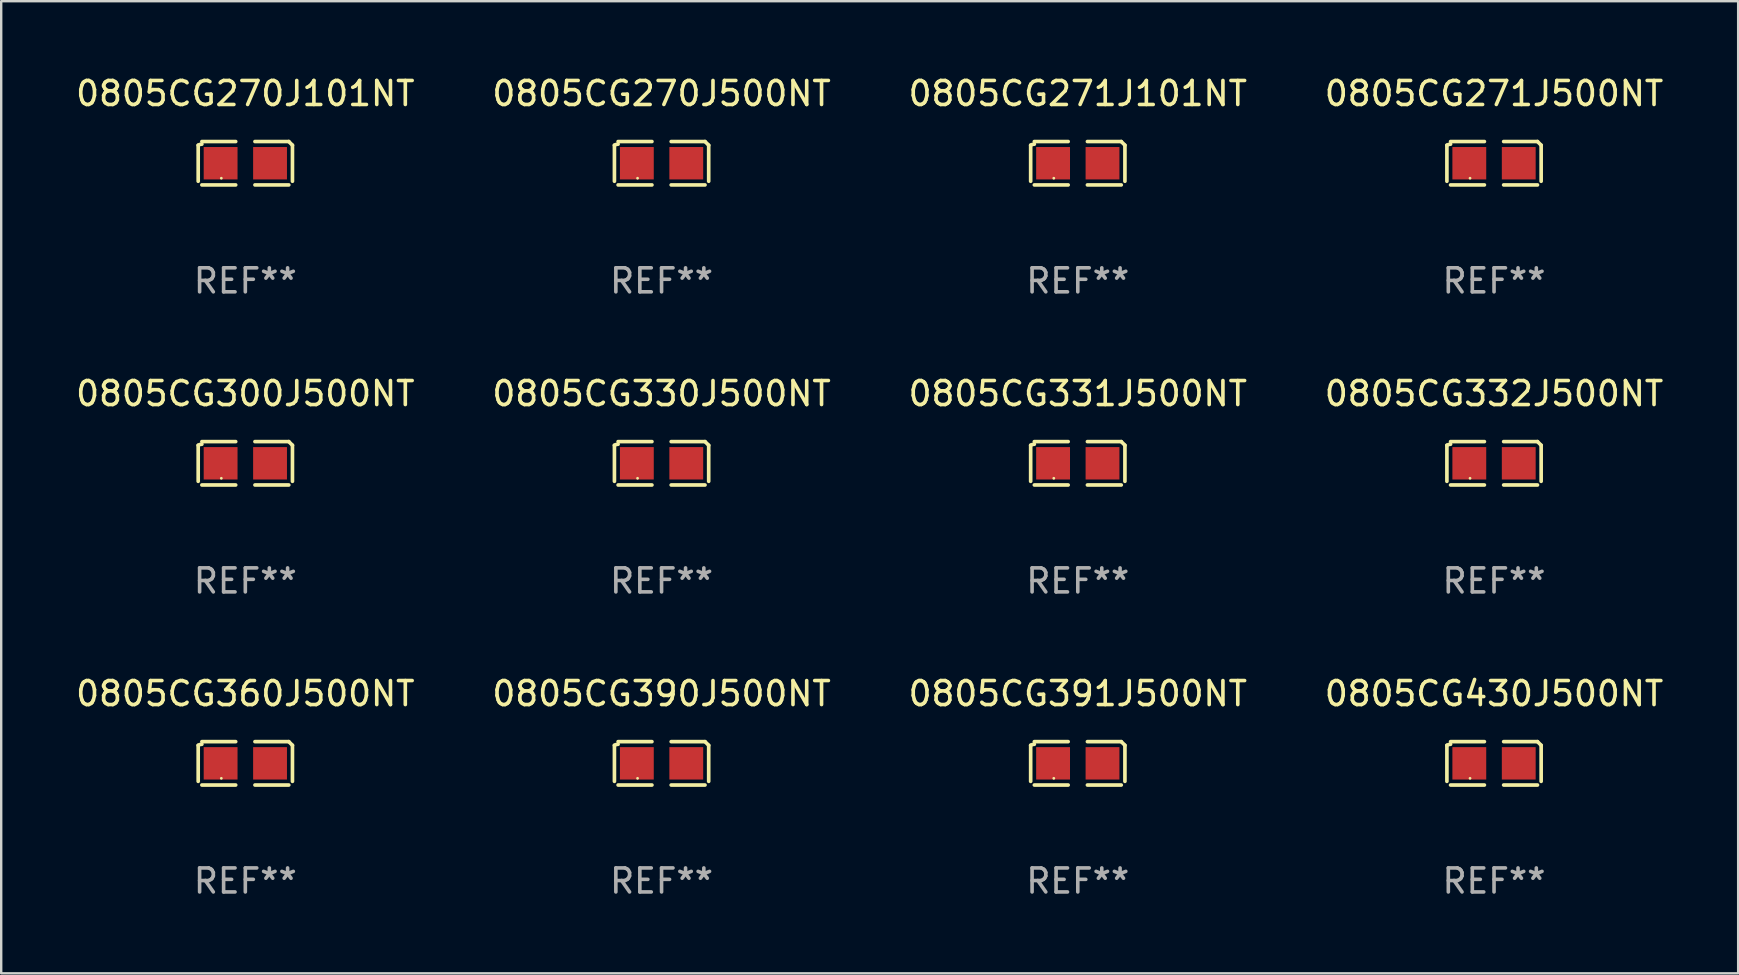
<source format=kicad_pcb>
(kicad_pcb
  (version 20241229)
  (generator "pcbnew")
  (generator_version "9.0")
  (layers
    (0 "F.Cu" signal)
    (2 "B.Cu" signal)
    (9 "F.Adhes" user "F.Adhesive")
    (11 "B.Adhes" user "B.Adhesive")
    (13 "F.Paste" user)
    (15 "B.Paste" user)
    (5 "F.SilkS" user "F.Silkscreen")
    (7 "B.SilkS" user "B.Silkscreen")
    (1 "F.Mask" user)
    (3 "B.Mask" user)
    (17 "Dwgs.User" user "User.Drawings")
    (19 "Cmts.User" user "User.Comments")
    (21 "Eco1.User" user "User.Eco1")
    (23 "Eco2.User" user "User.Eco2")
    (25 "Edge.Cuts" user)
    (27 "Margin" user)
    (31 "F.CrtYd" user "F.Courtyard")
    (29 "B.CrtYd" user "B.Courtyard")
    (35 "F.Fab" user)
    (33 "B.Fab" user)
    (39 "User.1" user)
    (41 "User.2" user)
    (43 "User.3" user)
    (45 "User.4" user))
  (footprint "0805CG271J101NT"
    (layer "F.Cu")
    (at 41.863 3.752)
    (property "Reference" "0805CG271J101NT" (at 0 -2.904 0) (layer "F.SilkS") (effects (font (size 1 1) (thickness 0.15))))
    (attr through_hole)
    (fp_line (start -1.964 0.751) (end -1.964 -0.751) (stroke (width 0.152) (type solid)) (layer "F.SilkS"))
    (fp_line (start -1.811 -0.904) (end -0.401 -0.904) (stroke (width 0.152) (type solid)) (layer "F.SilkS"))
    (fp_line (start -0.401 0.904) (end -1.811 0.904) (stroke (width 0.152) (type solid)) (layer "F.SilkS"))
    (fp_line (start 0.401 0.904) (end 1.811 0.904) (stroke (width 0.152) (type solid)) (layer "F.SilkS"))
    (fp_line (start 1.811 -0.904) (end 0.401 -0.904) (stroke (width 0.152) (type solid)) (layer "F.SilkS"))
    (fp_line (start 1.964 0.751) (end 1.964 -0.751) (stroke (width 0.152) (type solid)) (layer "F.SilkS"))
    (fp_arc (start -1.963602 -0.751207) (mid -1.890354 -0.783131) (end -1.811201 -0.794044) (stroke (width 0.1524) (type solid)) (layer "F.SilkS"))
    (fp_arc (start 1.811202 -0.903607) (mid 1.887413 -0.827418) (end 1.963602 -0.751207) (stroke (width 0.1524) (type solid)) (layer "F.SilkS"))
    (fp_circle (center -1 0.625) (end -0.97 0.625) (stroke (width 0.06) (type solid)) (fill no) (layer "F.SilkS"))
    (fp_text user "REF**" (at 0 4.904 0) (layer "F.Fab") (effects (font (size 1 1) (thickness 0.15))))
    (pad "1" smd rect (at -1.03 0) (size 1.41 1.35) (layers "F.Cu" "F.Mask" "F.Paste"))
    (pad "2" smd rect (at 1.03 0) (size 1.41 1.35) (layers "F.Cu" "F.Mask" "F.Paste")))
  (footprint "0805CG300J500NT"
    (layer "F.Cu")
    (at 7.173 16.256)
    (property "Reference" "0805CG300J500NT" (at 0 -2.904 0) (layer "F.SilkS") (effects (font (size 1 1) (thickness 0.15))))
    (attr through_hole)
    (fp_line (start -1.964 0.751) (end -1.964 -0.751) (stroke (width 0.152) (type solid)) (layer "F.SilkS"))
    (fp_line (start -1.811 -0.904) (end -0.401 -0.904) (stroke (width 0.152) (type solid)) (layer "F.SilkS"))
    (fp_line (start -0.401 0.904) (end -1.811 0.904) (stroke (width 0.152) (type solid)) (layer "F.SilkS"))
    (fp_line (start 0.401 0.904) (end 1.811 0.904) (stroke (width 0.152) (type solid)) (layer "F.SilkS"))
    (fp_line (start 1.811 -0.904) (end 0.401 -0.904) (stroke (width 0.152) (type solid)) (layer "F.SilkS"))
    (fp_line (start 1.964 0.751) (end 1.964 -0.751) (stroke (width 0.152) (type solid)) (layer "F.SilkS"))
    (fp_arc (start -1.963602 -0.751207) (mid -1.890354 -0.783131) (end -1.811201 -0.794044) (stroke (width 0.1524) (type solid)) (layer "F.SilkS"))
    (fp_arc (start 1.811202 -0.903607) (mid 1.887413 -0.827418) (end 1.963602 -0.751207) (stroke (width 0.1524) (type solid)) (layer "F.SilkS"))
    (fp_circle (center -1 0.625) (end -0.97 0.625) (stroke (width 0.06) (type solid)) (fill no) (layer "F.SilkS"))
    (fp_text user "REF**" (at 0 4.904 0) (layer "F.Fab") (effects (font (size 1 1) (thickness 0.15))))
    (pad "1" smd rect (at -1.03 0) (size 1.41 1.35) (layers "F.Cu" "F.Mask" "F.Paste"))
    (pad "2" smd rect (at 1.03 0) (size 1.41 1.35) (layers "F.Cu" "F.Mask" "F.Paste")))
  (footprint "0805CG270J101NT"
    (layer "F.Cu")
    (at 7.173 3.752)
    (property "Reference" "0805CG270J101NT" (at 0 -2.904 0) (layer "F.SilkS") (effects (font (size 1 1) (thickness 0.15))))
    (attr through_hole)
    (fp_line (start -1.964 0.751) (end -1.964 -0.751) (stroke (width 0.152) (type solid)) (layer "F.SilkS"))
    (fp_line (start -1.811 -0.904) (end -0.401 -0.904) (stroke (width 0.152) (type solid)) (layer "F.SilkS"))
    (fp_line (start -0.401 0.904) (end -1.811 0.904) (stroke (width 0.152) (type solid)) (layer "F.SilkS"))
    (fp_line (start 0.401 0.904) (end 1.811 0.904) (stroke (width 0.152) (type solid)) (layer "F.SilkS"))
    (fp_line (start 1.811 -0.904) (end 0.401 -0.904) (stroke (width 0.152) (type solid)) (layer "F.SilkS"))
    (fp_line (start 1.964 0.751) (end 1.964 -0.751) (stroke (width 0.152) (type solid)) (layer "F.SilkS"))
    (fp_arc (start -1.963602 -0.751207) (mid -1.890354 -0.783131) (end -1.811201 -0.794044) (stroke (width 0.1524) (type solid)) (layer "F.SilkS"))
    (fp_arc (start 1.811202 -0.903607) (mid 1.887413 -0.827418) (end 1.963602 -0.751207) (stroke (width 0.1524) (type solid)) (layer "F.SilkS"))
    (fp_circle (center -1 0.625) (end -0.97 0.625) (stroke (width 0.06) (type solid)) (fill no) (layer "F.SilkS"))
    (fp_text user "REF**" (at 0 4.904 0) (layer "F.Fab") (effects (font (size 1 1) (thickness 0.15))))
    (pad "1" smd rect (at -1.03 0) (size 1.41 1.35) (layers "F.Cu" "F.Mask" "F.Paste"))
    (pad "2" smd rect (at 1.03 0) (size 1.41 1.35) (layers "F.Cu" "F.Mask" "F.Paste")))
  (footprint "0805CG430J500NT"
    (layer "F.Cu")
    (at 59.208 28.759)
    (property "Reference" "0805CG430J500NT" (at 0 -2.904 0) (layer "F.SilkS") (effects (font (size 1 1) (thickness 0.15))))
    (attr through_hole)
    (fp_line (start -1.964 0.751) (end -1.964 -0.751) (stroke (width 0.152) (type solid)) (layer "F.SilkS"))
    (fp_line (start -1.811 -0.904) (end -0.401 -0.904) (stroke (width 0.152) (type solid)) (layer "F.SilkS"))
    (fp_line (start -0.401 0.904) (end -1.811 0.904) (stroke (width 0.152) (type solid)) (layer "F.SilkS"))
    (fp_line (start 0.401 0.904) (end 1.811 0.904) (stroke (width 0.152) (type solid)) (layer "F.SilkS"))
    (fp_line (start 1.811 -0.904) (end 0.401 -0.904) (stroke (width 0.152) (type solid)) (layer "F.SilkS"))
    (fp_line (start 1.964 0.751) (end 1.964 -0.751) (stroke (width 0.152) (type solid)) (layer "F.SilkS"))
    (fp_arc (start -1.963602 -0.751207) (mid -1.890354 -0.783131) (end -1.811201 -0.794044) (stroke (width 0.1524) (type solid)) (layer "F.SilkS"))
    (fp_arc (start 1.811202 -0.903607) (mid 1.887413 -0.827418) (end 1.963602 -0.751207) (stroke (width 0.1524) (type solid)) (layer "F.SilkS"))
    (fp_circle (center -1 0.625) (end -0.97 0.625) (stroke (width 0.06) (type solid)) (fill no) (layer "F.SilkS"))
    (fp_text user "REF**" (at 0 4.904 0) (layer "F.Fab") (effects (font (size 1 1) (thickness 0.15))))
    (pad "1" smd rect (at -1.03 0) (size 1.41 1.35) (layers "F.Cu" "F.Mask" "F.Paste"))
    (pad "2" smd rect (at 1.03 0) (size 1.41 1.35) (layers "F.Cu" "F.Mask" "F.Paste")))
  (footprint "0805CG360J500NT"
    (layer "F.Cu")
    (at 7.173 28.759)
    (property "Reference" "0805CG360J500NT" (at 0 -2.904 0) (layer "F.SilkS") (effects (font (size 1 1) (thickness 0.15))))
    (attr through_hole)
    (fp_line (start -1.964 0.751) (end -1.964 -0.751) (stroke (width 0.152) (type solid)) (layer "F.SilkS"))
    (fp_line (start -1.811 -0.904) (end -0.401 -0.904) (stroke (width 0.152) (type solid)) (layer "F.SilkS"))
    (fp_line (start -0.401 0.904) (end -1.811 0.904) (stroke (width 0.152) (type solid)) (layer "F.SilkS"))
    (fp_line (start 0.401 0.904) (end 1.811 0.904) (stroke (width 0.152) (type solid)) (layer "F.SilkS"))
    (fp_line (start 1.811 -0.904) (end 0.401 -0.904) (stroke (width 0.152) (type solid)) (layer "F.SilkS"))
    (fp_line (start 1.964 0.751) (end 1.964 -0.751) (stroke (width 0.152) (type solid)) (layer "F.SilkS"))
    (fp_arc (start -1.963602 -0.751207) (mid -1.890354 -0.783131) (end -1.811201 -0.794044) (stroke (width 0.1524) (type solid)) (layer "F.SilkS"))
    (fp_arc (start 1.811202 -0.903607) (mid 1.887413 -0.827418) (end 1.963602 -0.751207) (stroke (width 0.1524) (type solid)) (layer "F.SilkS"))
    (fp_circle (center -1 0.625) (end -0.97 0.625) (stroke (width 0.06) (type solid)) (fill no) (layer "F.SilkS"))
    (fp_text user "REF**" (at 0 4.904 0) (layer "F.Fab") (effects (font (size 1 1) (thickness 0.15))))
    (pad "1" smd rect (at -1.03 0) (size 1.41 1.35) (layers "F.Cu" "F.Mask" "F.Paste"))
    (pad "2" smd rect (at 1.03 0) (size 1.41 1.35) (layers "F.Cu" "F.Mask" "F.Paste")))
  (footprint "0805CG271J500NT"
    (layer "F.Cu")
    (at 59.208 3.752)
    (property "Reference" "0805CG271J500NT" (at 0 -2.904 0) (layer "F.SilkS") (effects (font (size 1 1) (thickness 0.15))))
    (attr through_hole)
    (fp_line (start -1.964 0.751) (end -1.964 -0.751) (stroke (width 0.152) (type solid)) (layer "F.SilkS"))
    (fp_line (start -1.811 -0.904) (end -0.401 -0.904) (stroke (width 0.152) (type solid)) (layer "F.SilkS"))
    (fp_line (start -0.401 0.904) (end -1.811 0.904) (stroke (width 0.152) (type solid)) (layer "F.SilkS"))
    (fp_line (start 0.401 0.904) (end 1.811 0.904) (stroke (width 0.152) (type solid)) (layer "F.SilkS"))
    (fp_line (start 1.811 -0.904) (end 0.401 -0.904) (stroke (width 0.152) (type solid)) (layer "F.SilkS"))
    (fp_line (start 1.964 0.751) (end 1.964 -0.751) (stroke (width 0.152) (type solid)) (layer "F.SilkS"))
    (fp_arc (start -1.963602 -0.751207) (mid -1.890354 -0.783131) (end -1.811201 -0.794044) (stroke (width 0.1524) (type solid)) (layer "F.SilkS"))
    (fp_arc (start 1.811202 -0.903607) (mid 1.887413 -0.827418) (end 1.963602 -0.751207) (stroke (width 0.1524) (type solid)) (layer "F.SilkS"))
    (fp_circle (center -1 0.625) (end -0.97 0.625) (stroke (width 0.06) (type solid)) (fill no) (layer "F.SilkS"))
    (fp_text user "REF**" (at 0 4.904 0) (layer "F.Fab") (effects (font (size 1 1) (thickness 0.15))))
    (pad "1" smd rect (at -1.03 0) (size 1.41 1.35) (layers "F.Cu" "F.Mask" "F.Paste"))
    (pad "2" smd rect (at 1.03 0) (size 1.41 1.35) (layers "F.Cu" "F.Mask" "F.Paste")))
  (footprint "0805CG390J500NT"
    (layer "F.Cu")
    (at 24.518 28.759)
    (property "Reference" "0805CG390J500NT" (at 0 -2.904 0) (layer "F.SilkS") (effects (font (size 1 1) (thickness 0.15))))
    (attr through_hole)
    (fp_line (start -1.964 0.751) (end -1.964 -0.751) (stroke (width 0.152) (type solid)) (layer "F.SilkS"))
    (fp_line (start -1.811 -0.904) (end -0.401 -0.904) (stroke (width 0.152) (type solid)) (layer "F.SilkS"))
    (fp_line (start -0.401 0.904) (end -1.811 0.904) (stroke (width 0.152) (type solid)) (layer "F.SilkS"))
    (fp_line (start 0.401 0.904) (end 1.811 0.904) (stroke (width 0.152) (type solid)) (layer "F.SilkS"))
    (fp_line (start 1.811 -0.904) (end 0.401 -0.904) (stroke (width 0.152) (type solid)) (layer "F.SilkS"))
    (fp_line (start 1.964 0.751) (end 1.964 -0.751) (stroke (width 0.152) (type solid)) (layer "F.SilkS"))
    (fp_arc (start -1.963602 -0.751207) (mid -1.890354 -0.783131) (end -1.811201 -0.794044) (stroke (width 0.1524) (type solid)) (layer "F.SilkS"))
    (fp_arc (start 1.811202 -0.903607) (mid 1.887413 -0.827418) (end 1.963602 -0.751207) (stroke (width 0.1524) (type solid)) (layer "F.SilkS"))
    (fp_circle (center -1 0.625) (end -0.97 0.625) (stroke (width 0.06) (type solid)) (fill no) (layer "F.SilkS"))
    (fp_text user "REF**" (at 0 4.904 0) (layer "F.Fab") (effects (font (size 1 1) (thickness 0.15))))
    (pad "1" smd rect (at -1.03 0) (size 1.41 1.35) (layers "F.Cu" "F.Mask" "F.Paste"))
    (pad "2" smd rect (at 1.03 0) (size 1.41 1.35) (layers "F.Cu" "F.Mask" "F.Paste")))
  (footprint "0805CG391J500NT"
    (layer "F.Cu")
    (at 41.863 28.759)
    (property "Reference" "0805CG391J500NT" (at 0 -2.904 0) (layer "F.SilkS") (effects (font (size 1 1) (thickness 0.15))))
    (attr through_hole)
    (fp_line (start -1.964 0.751) (end -1.964 -0.751) (stroke (width 0.152) (type solid)) (layer "F.SilkS"))
    (fp_line (start -1.811 -0.904) (end -0.401 -0.904) (stroke (width 0.152) (type solid)) (layer "F.SilkS"))
    (fp_line (start -0.401 0.904) (end -1.811 0.904) (stroke (width 0.152) (type solid)) (layer "F.SilkS"))
    (fp_line (start 0.401 0.904) (end 1.811 0.904) (stroke (width 0.152) (type solid)) (layer "F.SilkS"))
    (fp_line (start 1.811 -0.904) (end 0.401 -0.904) (stroke (width 0.152) (type solid)) (layer "F.SilkS"))
    (fp_line (start 1.964 0.751) (end 1.964 -0.751) (stroke (width 0.152) (type solid)) (layer "F.SilkS"))
    (fp_arc (start -1.963602 -0.751207) (mid -1.890354 -0.783131) (end -1.811201 -0.794044) (stroke (width 0.1524) (type solid)) (layer "F.SilkS"))
    (fp_arc (start 1.811202 -0.903607) (mid 1.887413 -0.827418) (end 1.963602 -0.751207) (stroke (width 0.1524) (type solid)) (layer "F.SilkS"))
    (fp_circle (center -1 0.625) (end -0.97 0.625) (stroke (width 0.06) (type solid)) (fill no) (layer "F.SilkS"))
    (fp_text user "REF**" (at 0 4.904 0) (layer "F.Fab") (effects (font (size 1 1) (thickness 0.15))))
    (pad "1" smd rect (at -1.03 0) (size 1.41 1.35) (layers "F.Cu" "F.Mask" "F.Paste"))
    (pad "2" smd rect (at 1.03 0) (size 1.41 1.35) (layers "F.Cu" "F.Mask" "F.Paste")))
  (footprint "0805CG332J500NT"
    (layer "F.Cu")
    (at 59.208 16.256)
    (property "Reference" "0805CG332J500NT" (at 0 -2.904 0) (layer "F.SilkS") (effects (font (size 1 1) (thickness 0.15))))
    (attr through_hole)
    (fp_line (start -1.964 0.751) (end -1.964 -0.751) (stroke (width 0.152) (type solid)) (layer "F.SilkS"))
    (fp_line (start -1.811 -0.904) (end -0.401 -0.904) (stroke (width 0.152) (type solid)) (layer "F.SilkS"))
    (fp_line (start -0.401 0.904) (end -1.811 0.904) (stroke (width 0.152) (type solid)) (layer "F.SilkS"))
    (fp_line (start 0.401 0.904) (end 1.811 0.904) (stroke (width 0.152) (type solid)) (layer "F.SilkS"))
    (fp_line (start 1.811 -0.904) (end 0.401 -0.904) (stroke (width 0.152) (type solid)) (layer "F.SilkS"))
    (fp_line (start 1.964 0.751) (end 1.964 -0.751) (stroke (width 0.152) (type solid)) (layer "F.SilkS"))
    (fp_arc (start -1.963602 -0.751207) (mid -1.890354 -0.783131) (end -1.811201 -0.794044) (stroke (width 0.1524) (type solid)) (layer "F.SilkS"))
    (fp_arc (start 1.811202 -0.903607) (mid 1.887413 -0.827418) (end 1.963602 -0.751207) (stroke (width 0.1524) (type solid)) (layer "F.SilkS"))
    (fp_circle (center -1 0.625) (end -0.97 0.625) (stroke (width 0.06) (type solid)) (fill no) (layer "F.SilkS"))
    (fp_text user "REF**" (at 0 4.904 0) (layer "F.Fab") (effects (font (size 1 1) (thickness 0.15))))
    (pad "1" smd rect (at -1.03 0) (size 1.41 1.35) (layers "F.Cu" "F.Mask" "F.Paste"))
    (pad "2" smd rect (at 1.03 0) (size 1.41 1.35) (layers "F.Cu" "F.Mask" "F.Paste")))
  (footprint "0805CG331J500NT"
    (layer "F.Cu")
    (at 41.863 16.256)
    (property "Reference" "0805CG331J500NT" (at 0 -2.904 0) (layer "F.SilkS") (effects (font (size 1 1) (thickness 0.15))))
    (attr through_hole)
    (fp_line (start -1.964 0.751) (end -1.964 -0.751) (stroke (width 0.152) (type solid)) (layer "F.SilkS"))
    (fp_line (start -1.811 -0.904) (end -0.401 -0.904) (stroke (width 0.152) (type solid)) (layer "F.SilkS"))
    (fp_line (start -0.401 0.904) (end -1.811 0.904) (stroke (width 0.152) (type solid)) (layer "F.SilkS"))
    (fp_line (start 0.401 0.904) (end 1.811 0.904) (stroke (width 0.152) (type solid)) (layer "F.SilkS"))
    (fp_line (start 1.811 -0.904) (end 0.401 -0.904) (stroke (width 0.152) (type solid)) (layer "F.SilkS"))
    (fp_line (start 1.964 0.751) (end 1.964 -0.751) (stroke (width 0.152) (type solid)) (layer "F.SilkS"))
    (fp_arc (start -1.963602 -0.751207) (mid -1.890354 -0.783131) (end -1.811201 -0.794044) (stroke (width 0.1524) (type solid)) (layer "F.SilkS"))
    (fp_arc (start 1.811202 -0.903607) (mid 1.887413 -0.827418) (end 1.963602 -0.751207) (stroke (width 0.1524) (type solid)) (layer "F.SilkS"))
    (fp_circle (center -1 0.625) (end -0.97 0.625) (stroke (width 0.06) (type solid)) (fill no) (layer "F.SilkS"))
    (fp_text user "REF**" (at 0 4.904 0) (layer "F.Fab") (effects (font (size 1 1) (thickness 0.15))))
    (pad "1" smd rect (at -1.03 0) (size 1.41 1.35) (layers "F.Cu" "F.Mask" "F.Paste"))
    (pad "2" smd rect (at 1.03 0) (size 1.41 1.35) (layers "F.Cu" "F.Mask" "F.Paste")))
  (footprint "0805CG330J500NT"
    (layer "F.Cu")
    (at 24.518 16.256)
    (property "Reference" "0805CG330J500NT" (at 0 -2.904 0) (layer "F.SilkS") (effects (font (size 1 1) (thickness 0.15))))
    (attr through_hole)
    (fp_line (start -1.964 0.751) (end -1.964 -0.751) (stroke (width 0.152) (type solid)) (layer "F.SilkS"))
    (fp_line (start -1.811 -0.904) (end -0.401 -0.904) (stroke (width 0.152) (type solid)) (layer "F.SilkS"))
    (fp_line (start -0.401 0.904) (end -1.811 0.904) (stroke (width 0.152) (type solid)) (layer "F.SilkS"))
    (fp_line (start 0.401 0.904) (end 1.811 0.904) (stroke (width 0.152) (type solid)) (layer "F.SilkS"))
    (fp_line (start 1.811 -0.904) (end 0.401 -0.904) (stroke (width 0.152) (type solid)) (layer "F.SilkS"))
    (fp_line (start 1.964 0.751) (end 1.964 -0.751) (stroke (width 0.152) (type solid)) (layer "F.SilkS"))
    (fp_arc (start -1.963602 -0.751207) (mid -1.890354 -0.783131) (end -1.811201 -0.794044) (stroke (width 0.1524) (type solid)) (layer "F.SilkS"))
    (fp_arc (start 1.811202 -0.903607) (mid 1.887413 -0.827418) (end 1.963602 -0.751207) (stroke (width 0.1524) (type solid)) (layer "F.SilkS"))
    (fp_circle (center -1 0.625) (end -0.97 0.625) (stroke (width 0.06) (type solid)) (fill no) (layer "F.SilkS"))
    (fp_text user "REF**" (at 0 4.904 0) (layer "F.Fab") (effects (font (size 1 1) (thickness 0.15))))
    (pad "1" smd rect (at -1.03 0) (size 1.41 1.35) (layers "F.Cu" "F.Mask" "F.Paste"))
    (pad "2" smd rect (at 1.03 0) (size 1.41 1.35) (layers "F.Cu" "F.Mask" "F.Paste")))
  (footprint "0805CG270J500NT"
    (layer "F.Cu")
    (at 24.518 3.752)
    (property "Reference" "0805CG270J500NT" (at 0 -2.904 0) (layer "F.SilkS") (effects (font (size 1 1) (thickness 0.15))))
    (attr through_hole)
    (fp_line (start -1.964 0.751) (end -1.964 -0.751) (stroke (width 0.152) (type solid)) (layer "F.SilkS"))
    (fp_line (start -1.811 -0.904) (end -0.401 -0.904) (stroke (width 0.152) (type solid)) (layer "F.SilkS"))
    (fp_line (start -0.401 0.904) (end -1.811 0.904) (stroke (width 0.152) (type solid)) (layer "F.SilkS"))
    (fp_line (start 0.401 0.904) (end 1.811 0.904) (stroke (width 0.152) (type solid)) (layer "F.SilkS"))
    (fp_line (start 1.811 -0.904) (end 0.401 -0.904) (stroke (width 0.152) (type solid)) (layer "F.SilkS"))
    (fp_line (start 1.964 0.751) (end 1.964 -0.751) (stroke (width 0.152) (type solid)) (layer "F.SilkS"))
    (fp_arc (start -1.963602 -0.751207) (mid -1.890354 -0.783131) (end -1.811201 -0.794044) (stroke (width 0.1524) (type solid)) (layer "F.SilkS"))
    (fp_arc (start 1.811202 -0.903607) (mid 1.887413 -0.827418) (end 1.963602 -0.751207) (stroke (width 0.1524) (type solid)) (layer "F.SilkS"))
    (fp_circle (center -1 0.625) (end -0.97 0.625) (stroke (width 0.06) (type solid)) (fill no) (layer "F.SilkS"))
    (fp_text user "REF**" (at 0 4.904 0) (layer "F.Fab") (effects (font (size 1 1) (thickness 0.15))))
    (pad "1" smd rect (at -1.03 0) (size 1.41 1.35) (layers "F.Cu" "F.Mask" "F.Paste"))
    (pad "2" smd rect (at 1.03 0) (size 1.41 1.35) (layers "F.Cu" "F.Mask" "F.Paste")))
  (gr_rect
    (start -3 -3)
    (end 69.381 37.511)
    (stroke (width 0.1) (type default))
    (fill no)
    (layer "Edge.Cuts")))
</source>
